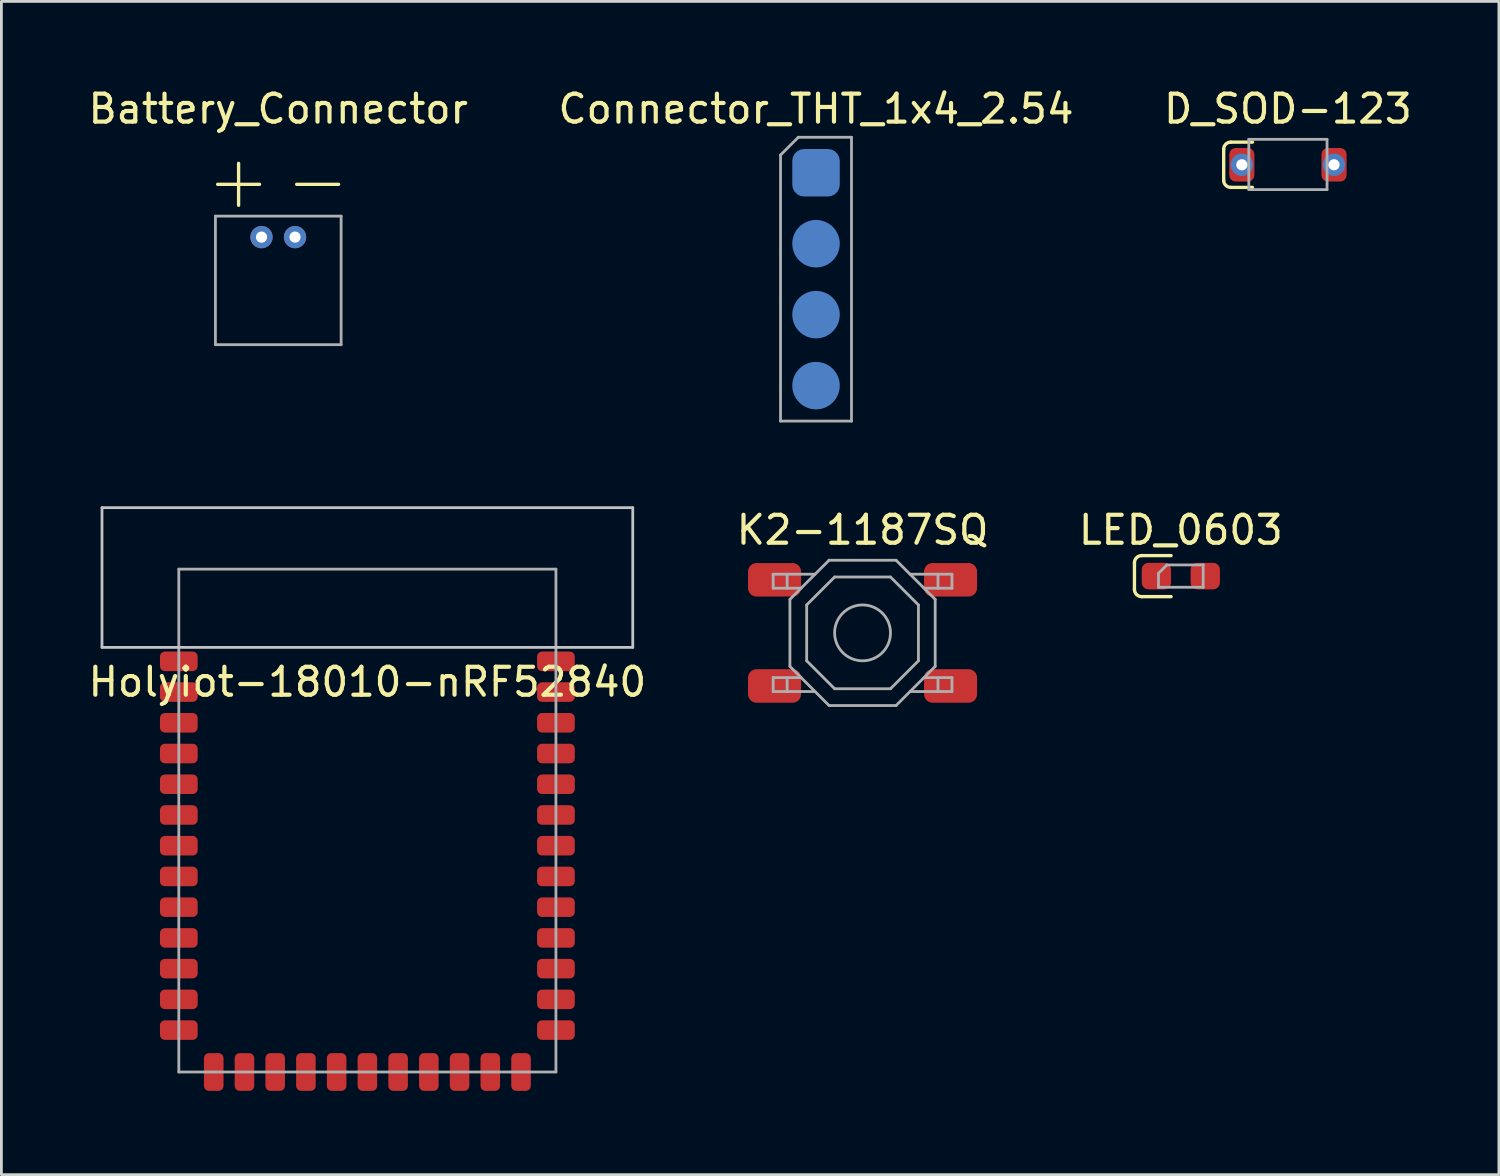
<source format=kicad_pcb>
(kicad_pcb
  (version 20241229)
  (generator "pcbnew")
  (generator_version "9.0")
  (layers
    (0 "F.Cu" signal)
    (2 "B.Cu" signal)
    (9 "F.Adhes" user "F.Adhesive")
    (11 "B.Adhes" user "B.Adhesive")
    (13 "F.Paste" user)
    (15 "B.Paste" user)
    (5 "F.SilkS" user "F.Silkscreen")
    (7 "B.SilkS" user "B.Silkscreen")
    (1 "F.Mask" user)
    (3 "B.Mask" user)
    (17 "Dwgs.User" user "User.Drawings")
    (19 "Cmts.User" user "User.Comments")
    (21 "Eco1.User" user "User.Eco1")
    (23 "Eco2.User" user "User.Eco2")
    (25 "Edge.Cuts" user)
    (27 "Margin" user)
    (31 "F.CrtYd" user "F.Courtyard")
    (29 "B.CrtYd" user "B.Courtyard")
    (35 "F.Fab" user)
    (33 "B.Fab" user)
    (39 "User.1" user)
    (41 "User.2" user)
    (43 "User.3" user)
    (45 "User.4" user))
  (footprint "Holyiot-18010-nRF52840"
    (layer "F.Cu")
    (at 10.101 26.324)
    (property "Reference" "Holyiot-18010-nRF52840" (at 0 -4.961 0) (layer "F.SilkS") (effects (font (size 1 1) (thickness 0.15))))
    (attr smd)
    (fp_line (start -9.5 -11.2) (end 9.5 -11.2) (stroke (width 0.1) (type solid)) (layer "Dwgs.User"))
    (fp_line (start -9.5 -6.2) (end -9.5 -11.2) (stroke (width 0.1) (type solid)) (layer "Dwgs.User"))
    (fp_line (start 9.5 -11.2) (end 9.5 -6.2) (stroke (width 0.1) (type solid)) (layer "Dwgs.User"))
    (fp_line (start 9.5 -6.2) (end -9.5 -6.2) (stroke (width 0.1) (type solid)) (layer "Dwgs.User"))
    (fp_line (start -6.75 -9) (end 6.75 -9) (stroke (width 0.1) (type solid)) (layer "F.Fab"))
    (fp_line (start -6.75 9) (end -6.75 -9) (stroke (width 0.1) (type solid)) (layer "F.Fab"))
    (fp_line (start 6.75 -9) (end 6.75 9) (stroke (width 0.1) (type solid)) (layer "F.Fab"))
    (fp_line (start 6.75 9) (end -6.75 9) (stroke (width 0.1) (type solid)) (layer "F.Fab"))
    (pad "1" smd roundrect (at -6.75 -5.7) (size 1.35 0.7) (layers "F.Cu" "F.Mask" "F.Paste") (roundrect_rratio 0.25))
    (pad "2" smd roundrect (at -6.75 -4.6) (size 1.35 0.7) (layers "F.Cu" "F.Mask" "F.Paste") (roundrect_rratio 0.25))
    (pad "3" smd roundrect (at -6.75 -3.5) (size 1.35 0.7) (layers "F.Cu" "F.Mask" "F.Paste") (roundrect_rratio 0.25))
    (pad "4" smd roundrect (at -6.75 -2.4) (size 1.35 0.7) (layers "F.Cu" "F.Mask" "F.Paste") (roundrect_rratio 0.25))
    (pad "5" smd roundrect (at -6.75 -1.3) (size 1.35 0.7) (layers "F.Cu" "F.Mask" "F.Paste") (roundrect_rratio 0.25))
    (pad "6" smd roundrect (at -6.75 -0.2) (size 1.35 0.7) (layers "F.Cu" "F.Mask" "F.Paste") (roundrect_rratio 0.25))
    (pad "7" smd roundrect (at -6.75 0.9) (size 1.35 0.7) (layers "F.Cu" "F.Mask" "F.Paste") (roundrect_rratio 0.25))
    (pad "8" smd roundrect (at -6.75 2) (size 1.35 0.7) (layers "F.Cu" "F.Mask" "F.Paste") (roundrect_rratio 0.25))
    (pad "9" smd roundrect (at -6.75 3.1) (size 1.35 0.7) (layers "F.Cu" "F.Mask" "F.Paste") (roundrect_rratio 0.25))
    (pad "10" smd roundrect (at -6.75 4.2) (size 1.35 0.7) (layers "F.Cu" "F.Mask" "F.Paste") (roundrect_rratio 0.25))
    (pad "11" smd roundrect (at -6.75 5.3) (size 1.35 0.7) (layers "F.Cu" "F.Mask" "F.Paste") (roundrect_rratio 0.25))
    (pad "12" smd roundrect (at -6.75 6.4) (size 1.35 0.7) (layers "F.Cu" "F.Mask" "F.Paste") (roundrect_rratio 0.25))
    (pad "13" smd roundrect (at -6.75 7.5) (size 1.35 0.7) (layers "F.Cu" "F.Mask" "F.Paste") (roundrect_rratio 0.25))
    (pad "14" smd roundrect (at -5.5 9 90) (size 1.35 0.7) (layers "F.Cu" "F.Mask" "F.Paste") (roundrect_rratio 0.25))
    (pad "15" smd roundrect (at -4.4 9 90) (size 1.35 0.7) (layers "F.Cu" "F.Mask" "F.Paste") (roundrect_rratio 0.25))
    (pad "16" smd roundrect (at -3.3 9 90) (size 1.35 0.7) (layers "F.Cu" "F.Mask" "F.Paste") (roundrect_rratio 0.25))
    (pad "17" smd roundrect (at -2.2 9 90) (size 1.35 0.7) (layers "F.Cu" "F.Mask" "F.Paste") (roundrect_rratio 0.25))
    (pad "18" smd roundrect (at -1.1 9 90) (size 1.35 0.7) (layers "F.Cu" "F.Mask" "F.Paste") (roundrect_rratio 0.25))
    (pad "19" smd roundrect (at 0 9 90) (size 1.35 0.7) (layers "F.Cu" "F.Mask" "F.Paste") (roundrect_rratio 0.25))
    (pad "20" smd roundrect (at 1.1 9 90) (size 1.35 0.7) (layers "F.Cu" "F.Mask" "F.Paste") (roundrect_rratio 0.25))
    (pad "21" smd roundrect (at 2.2 9 90) (size 1.35 0.7) (layers "F.Cu" "F.Mask" "F.Paste") (roundrect_rratio 0.25))
    (pad "22" smd roundrect (at 3.3 9 90) (size 1.35 0.7) (layers "F.Cu" "F.Mask" "F.Paste") (roundrect_rratio 0.25))
    (pad "23" smd roundrect (at 4.4 9 90) (size 1.35 0.7) (layers "F.Cu" "F.Mask" "F.Paste") (roundrect_rratio 0.25))
    (pad "24" smd roundrect (at 5.5 9 90) (size 1.35 0.7) (layers "F.Cu" "F.Mask" "F.Paste") (roundrect_rratio 0.25))
    (pad "25" smd roundrect (at 6.75 7.5 180) (size 1.35 0.7) (layers "F.Cu" "F.Mask" "F.Paste") (roundrect_rratio 0.25))
    (pad "26" smd roundrect (at 6.75 6.4 180) (size 1.35 0.7) (layers "F.Cu" "F.Mask" "F.Paste") (roundrect_rratio 0.25))
    (pad "27" smd roundrect (at 6.75 5.3 180) (size 1.35 0.7) (layers "F.Cu" "F.Mask" "F.Paste") (roundrect_rratio 0.25))
    (pad "28" smd roundrect (at 6.75 4.2 180) (size 1.35 0.7) (layers "F.Cu" "F.Mask" "F.Paste") (roundrect_rratio 0.25))
    (pad "29" smd roundrect (at 6.75 3.1 180) (size 1.35 0.7) (layers "F.Cu" "F.Mask" "F.Paste") (roundrect_rratio 0.25))
    (pad "30" smd roundrect (at 6.75 2 180) (size 1.35 0.7) (layers "F.Cu" "F.Mask" "F.Paste") (roundrect_rratio 0.25))
    (pad "31" smd roundrect (at 6.75 0.9 180) (size 1.35 0.7) (layers "F.Cu" "F.Mask" "F.Paste") (roundrect_rratio 0.25))
    (pad "32" smd roundrect (at 6.75 -0.2 180) (size 1.35 0.7) (layers "F.Cu" "F.Mask" "F.Paste") (roundrect_rratio 0.25))
    (pad "33" smd roundrect (at 6.75 -1.3 180) (size 1.35 0.7) (layers "F.Cu" "F.Mask" "F.Paste") (roundrect_rratio 0.25))
    (pad "34" smd roundrect (at 6.75 -2.4 180) (size 1.35 0.7) (layers "F.Cu" "F.Mask" "F.Paste") (roundrect_rratio 0.25))
    (pad "35" smd roundrect (at 6.75 -3.5 180) (size 1.35 0.7) (layers "F.Cu" "F.Mask" "F.Paste") (roundrect_rratio 0.25))
    (pad "36" smd roundrect (at 6.75 -4.6 180) (size 1.35 0.7) (layers "F.Cu" "F.Mask" "F.Paste") (roundrect_rratio 0.25))
    (pad "37" smd roundrect (at 6.75 -5.7 180) (size 1.35 0.7) (layers "F.Cu" "F.Mask" "F.Paste") (roundrect_rratio 0.25)))
  (footprint "Battery_Connector"
    (layer "F.Cu")
    (at 6.911 5.438)
    (property "Reference" "Battery_Connector" (at 0 -4.59 0) (unlocked yes) (layer "F.SilkS") (effects (font (size 1 1) (thickness 0.15))))
    (attr smd)
    (fp_line (start -2.17 -1.89) (end -0.67 -1.89) (stroke (width 0.12) (type solid)) (layer "F.SilkS"))
    (fp_line (start -1.42 -2.64) (end -1.42 -1.14) (stroke (width 0.12) (type solid)) (layer "F.SilkS"))
    (fp_line (start 0.66 -1.89) (end 2.16 -1.89) (stroke (width 0.12) (type solid)) (layer "F.SilkS"))
    (fp_line (start -2.25 -0.75) (end -2.25 3.85) (stroke (width 0.1) (type solid)) (layer "F.Fab"))
    (fp_line (start -2.25 -0.75) (end 2.25 -0.75) (stroke (width 0.1) (type solid)) (layer "F.Fab"))
    (fp_line (start -2.25 3.85) (end 2.25 3.85) (stroke (width 0.1) (type solid)) (layer "F.Fab"))
    (fp_line (start 2.25 -0.75) (end 2.25 3.85) (stroke (width 0.1) (type solid)) (layer "F.Fab"))
    (pad "1" thru_hole circle (at -0.6 0) (size 0.8 0.8) (drill 0.4) (layers "*.Cu" "*.Mask"))
    (pad "2" thru_hole circle (at 0.6 0) (size 0.8 0.8) (drill 0.4) (layers "*.Cu" "*.Mask")))
  (footprint "K2-1187SQ"
    (layer "F.Cu")
    (at 27.827 19.605)
    (property "Reference" "K2-1187SQ" (at 0 -3.683 0) (unlocked yes) (layer "F.SilkS") (effects (font (size 1 1) (thickness 0.15))))
    (attr smd)
    (fp_line (start -3.2 -2.1) (end -3.2 -1.6) (stroke (width 0.1) (type solid)) (layer "F.Fab"))
    (fp_line (start -3.2 -1.6) (end -2.2 -1.6) (stroke (width 0.1) (type solid)) (layer "F.Fab"))
    (fp_line (start -3.2 1.6) (end -2.2 1.6) (stroke (width 0.1) (type solid)) (layer "F.Fab"))
    (fp_line (start -3.2 2.1) (end -3.2 1.6) (stroke (width 0.1) (type solid)) (layer "F.Fab"))
    (fp_line (start -2.7 -2.1) (end -2.7 -1.6) (stroke (width 0.1) (type solid)) (layer "F.Fab"))
    (fp_line (start -2.7 2.1) (end -2.7 1.6) (stroke (width 0.1) (type solid)) (layer "F.Fab"))
    (fp_line (start -2.6 -1.2) (end -2.6 1.2) (stroke (width 0.1) (type solid)) (layer "F.Fab"))
    (fp_line (start -2.6 1.2) (end -1.2 2.6) (stroke (width 0.1) (type solid)) (layer "F.Fab"))
    (fp_line (start -2 -1) (end -1 -2) (stroke (width 0.1) (type solid)) (layer "F.Fab"))
    (fp_line (start -2 1) (end -2 -1) (stroke (width 0.1) (type solid)) (layer "F.Fab"))
    (fp_line (start -1.7 -2.1) (end -3.2 -2.1) (stroke (width 0.1) (type solid)) (layer "F.Fab"))
    (fp_line (start -1.7 2.1) (end -3.2 2.1) (stroke (width 0.1) (type solid)) (layer "F.Fab"))
    (fp_line (start -1.2 -2.6) (end -2.6 -1.2) (stroke (width 0.1) (type solid)) (layer "F.Fab"))
    (fp_line (start -1.2 2.6) (end 1.2 2.6) (stroke (width 0.1) (type solid)) (layer "F.Fab"))
    (fp_line (start -1 -2) (end 1 -2) (stroke (width 0.1) (type solid)) (layer "F.Fab"))
    (fp_line (start -1 2) (end -2 1) (stroke (width 0.1) (type solid)) (layer "F.Fab"))
    (fp_line (start 1 -2) (end 2 -1) (stroke (width 0.1) (type solid)) (layer "F.Fab"))
    (fp_line (start 1 2) (end -1 2) (stroke (width 0.1) (type solid)) (layer "F.Fab"))
    (fp_line (start 1.2 -2.6) (end -1.2 -2.6) (stroke (width 0.1) (type solid)) (layer "F.Fab"))
    (fp_line (start 1.2 2.6) (end 2.6 1.2) (stroke (width 0.1) (type solid)) (layer "F.Fab"))
    (fp_line (start 1.7 -2.1) (end 3.2 -2.1) (stroke (width 0.1) (type solid)) (layer "F.Fab"))
    (fp_line (start 1.7 2.1) (end 3.2 2.1) (stroke (width 0.1) (type solid)) (layer "F.Fab"))
    (fp_line (start 2 -1) (end 2 1) (stroke (width 0.1) (type solid)) (layer "F.Fab"))
    (fp_line (start 2 1) (end 1 2) (stroke (width 0.1) (type solid)) (layer "F.Fab"))
    (fp_line (start 2.6 -1.2) (end 1.2 -2.6) (stroke (width 0.1) (type solid)) (layer "F.Fab"))
    (fp_line (start 2.6 1.2) (end 2.6 -1.2) (stroke (width 0.1) (type solid)) (layer "F.Fab"))
    (fp_line (start 2.7 -2.1) (end 2.7 -1.6) (stroke (width 0.1) (type solid)) (layer "F.Fab"))
    (fp_line (start 2.7 2.1) (end 2.7 1.6) (stroke (width 0.1) (type solid)) (layer "F.Fab"))
    (fp_line (start 3.2 -2.1) (end 3.2 -1.6) (stroke (width 0.1) (type solid)) (layer "F.Fab"))
    (fp_line (start 3.2 -1.6) (end 2.2 -1.6) (stroke (width 0.1) (type solid)) (layer "F.Fab"))
    (fp_line (start 3.2 1.6) (end 2.2 1.6) (stroke (width 0.1) (type solid)) (layer "F.Fab"))
    (fp_line (start 3.2 2.1) (end 3.2 1.6) (stroke (width 0.1) (type solid)) (layer "F.Fab"))
    (fp_circle (center 0 0) (end 1 0) (stroke (width 0.1) (type solid)) (fill no) (layer "F.Fab"))
    (pad "1" smd roundrect (at -3.15 -1.9) (size 1.9 1.2) (layers "F.Cu" "F.Mask" "F.Paste") (roundrect_rratio 0.25))
    (pad "1" smd roundrect (at 3.15 -1.9) (size 1.9 1.2) (layers "F.Cu" "F.Mask" "F.Paste") (roundrect_rratio 0.25))
    (pad "2" smd roundrect (at -3.15 1.9) (size 1.9 1.2) (layers "F.Cu" "F.Mask" "F.Paste") (roundrect_rratio 0.25))
    (pad "2" smd roundrect (at 3.15 1.9) (size 1.9 1.2) (layers "F.Cu" "F.Mask" "F.Paste") (roundrect_rratio 0.25)))
  (footprint "D_SOD-123"
    (layer "F.Cu")
    (at 43.054 2.848)
    (property "Reference" "D_SOD-123" (at 0 -2 0) (layer "F.SilkS") (effects (font (size 1 1) (thickness 0.15))))
    (attr smd)
    (fp_line (start -2.3 -0.556) (end -2.3 0.556) (stroke (width 0.12) (type solid)) (layer "F.SilkS"))
    (fp_line (start -2.046 -0.81) (end -1.27 -0.81) (stroke (width 0.12) (type solid)) (layer "F.SilkS"))
    (fp_line (start -2.046 0.81) (end -1.27 0.81) (stroke (width 0.12) (type solid)) (layer "F.SilkS"))
    (fp_arc (start -2.3 -0.556) (mid -2.225605 -0.735605) (end -2.046 -0.81) (stroke (width 0.12) (type solid)) (layer "F.SilkS"))
    (fp_arc (start -2.046 0.81) (mid -2.225605 0.735605) (end -2.3 0.556) (stroke (width 0.12) (type solid)) (layer "F.SilkS"))
    (fp_line (start -1.4 -0.911) (end 1.4 -0.911) (stroke (width 0.1) (type solid)) (layer "F.Fab"))
    (fp_line (start -1.4 0.889) (end -1.4 -0.911) (stroke (width 0.1) (type solid)) (layer "F.Fab"))
    (fp_line (start 1.4 -0.911) (end 1.4 0.889) (stroke (width 0.1) (type solid)) (layer "F.Fab"))
    (fp_line (start 1.4 0.889) (end -1.4 0.889) (stroke (width 0.1) (type solid)) (layer "F.Fab"))
    (pad "1" thru_hole circle (at -1.65 0) (size 0.8 0.8) (drill 0.4) (layers "*.Cu" "F.Mask"))
    (pad "1" smd roundrect (at -1.65 0) (size 0.9 1.2) (layers "F.Cu" "F.Mask" "F.Paste") (roundrect_rratio 0.25))
    (pad "2" thru_hole circle (at 1.65 0) (size 0.8 0.8) (drill 0.4) (layers "*.Cu" "F.Mask"))
    (pad "2" smd roundrect (at 1.65 0) (size 0.9 1.2) (layers "F.Cu" "F.Mask" "F.Paste") (roundrect_rratio 0.25)))
  (footprint "LED_0603"
    (layer "F.Cu")
    (at 39.22 17.573)
    (property "Reference" "LED_0603" (at 0 -1.65 0) (unlocked yes) (layer "F.SilkS") (effects (font (size 1 1) (thickness 0.15))))
    (attr smd)
    (fp_line (start -1.66 -0.475) (end -1.66 0.475) (stroke (width 0.12) (type solid)) (layer "F.SilkS"))
    (fp_line (start -1.4 0.735) (end -0.35 0.735) (stroke (width 0.12) (type solid)) (layer "F.SilkS"))
    (fp_line (start -0.35 -0.735) (end -1.4 -0.735) (stroke (width 0.12) (type solid)) (layer "F.SilkS"))
    (fp_arc (start -1.660145 -0.475) (mid -1.583941 -0.658899) (end -1.4 -0.735) (stroke (width 0.12) (type solid)) (layer "F.SilkS"))
    (fp_arc (start -1.4 0.735) (mid -1.583899 0.658796) (end -1.66 0.474855) (stroke (width 0.12) (type solid)) (layer "F.SilkS"))
    (fp_line (start -0.8 -0.1) (end -0.8 0.4) (stroke (width 0.1) (type solid)) (layer "F.Fab"))
    (fp_line (start -0.8 0.4) (end 0.8 0.4) (stroke (width 0.1) (type solid)) (layer "F.Fab"))
    (fp_line (start -0.5 -0.4) (end -0.8 -0.1) (stroke (width 0.1) (type solid)) (layer "F.Fab"))
    (fp_line (start 0.8 -0.4) (end -0.5 -0.4) (stroke (width 0.1) (type solid)) (layer "F.Fab"))
    (fp_line (start 0.8 0.4) (end 0.8 -0.4) (stroke (width 0.1) (type solid)) (layer "F.Fab"))
    (pad "1" smd roundrect (at -0.875 0) (size 1.05 0.95) (layers "F.Cu" "F.Mask" "F.Paste") (roundrect_rratio 0.25))
    (pad "2" smd roundrect (at 0.875 0) (size 1.05 0.95) (layers "F.Cu" "F.Mask" "F.Paste") (roundrect_rratio 0.25)))
  (footprint "Connector_THT_1x4_2.54"
    (layer "F.Cu")
    (at 26.161 6.944)
    (property "Reference" "Connector_THT_1x4_2.54" (at 0 -6.096 0) (layer "F.SilkS") (effects (font (size 1 1) (thickness 0.15))))
    (fp_line (start -1.27 -4.445) (end -0.635 -5.08) (stroke (width 0.1) (type solid)) (layer "F.Fab"))
    (fp_line (start -1.27 5.08) (end -1.27 -4.445) (stroke (width 0.1) (type solid)) (layer "F.Fab"))
    (fp_line (start -0.635 -5.08) (end 1.27 -5.08) (stroke (width 0.1) (type solid)) (layer "F.Fab"))
    (fp_line (start 1.27 -5.08) (end 1.27 5.08) (stroke (width 0.1) (type solid)) (layer "F.Fab"))
    (fp_line (start 1.27 5.08) (end -1.27 5.08) (stroke (width 0.1) (type solid)) (layer "F.Fab"))
    (pad "1" smd roundrect (at 0 -3.81) (size 1.7 1.7) (layers "B.Cu" "B.Mask" "B.Paste") (roundrect_rratio 0.25))
    (pad "2" smd oval (at 0 -1.27) (size 1.7 1.7) (layers "B.Cu" "B.Mask" "B.Paste"))
    (pad "3" smd oval (at 0 1.27) (size 1.7 1.7) (layers "B.Cu" "B.Mask" "B.Paste"))
    (pad "4" smd oval (at 0 3.81) (size 1.7 1.7) (layers "B.Cu" "B.Mask" "B.Paste")))
  (gr_rect
    (start -3 -3)
    (end 50.607 38.999)
    (stroke (width 0.1) (type default))
    (fill no)
    (layer "Edge.Cuts")))
</source>
